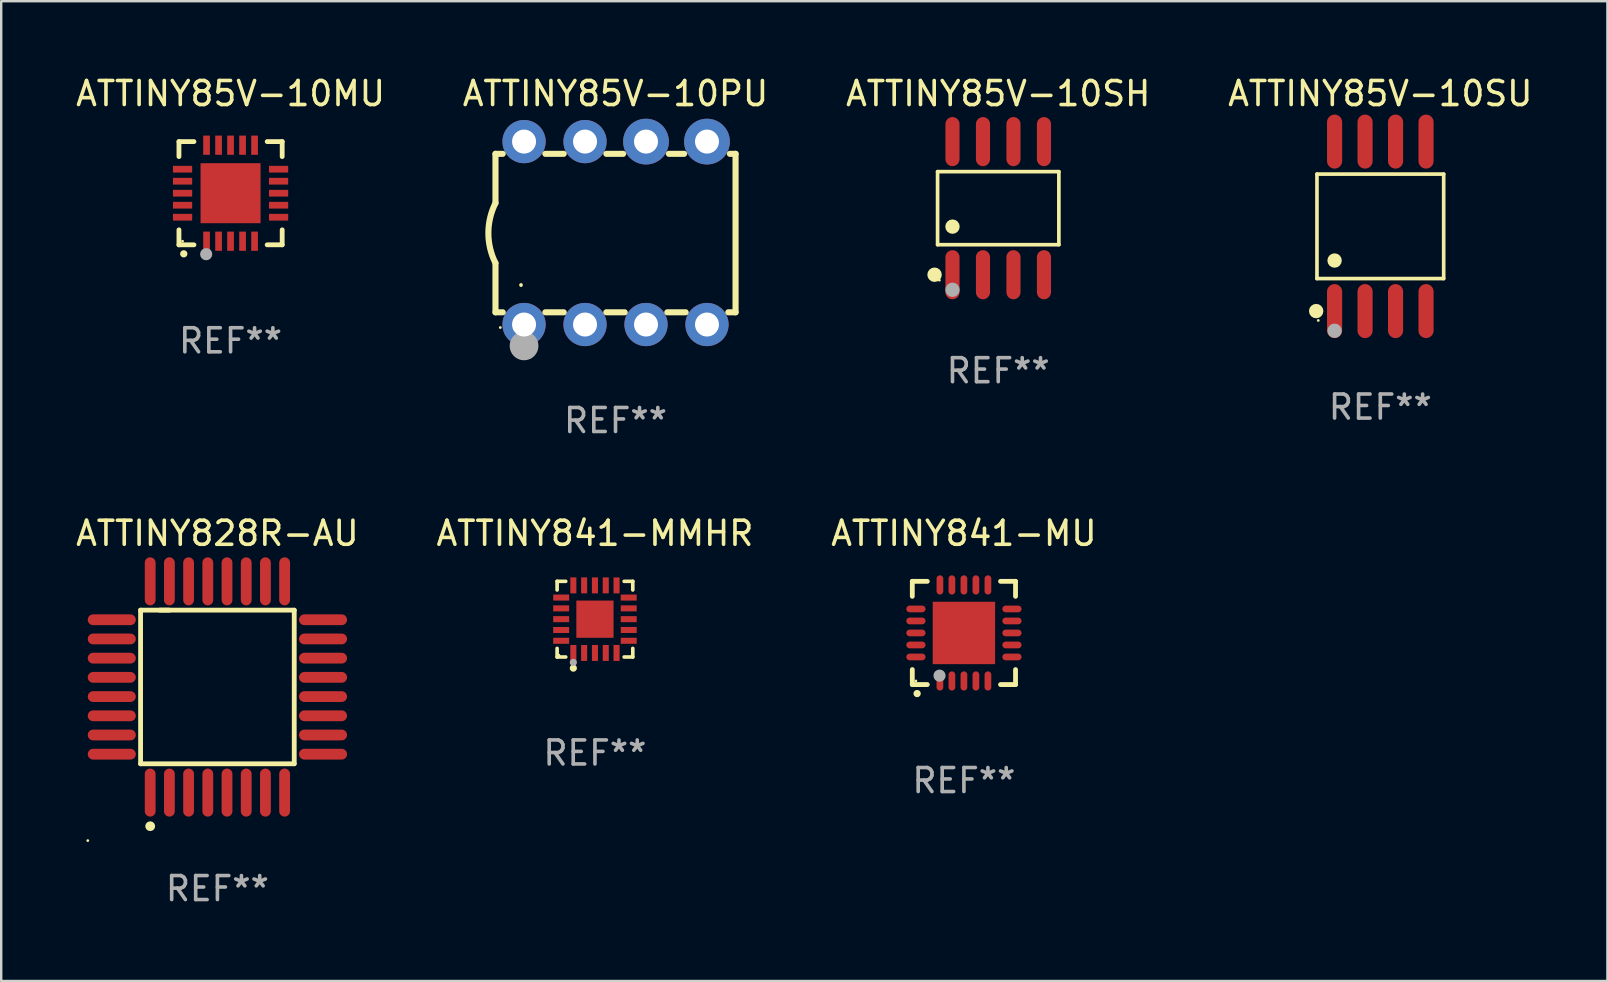
<source format=kicad_pcb>
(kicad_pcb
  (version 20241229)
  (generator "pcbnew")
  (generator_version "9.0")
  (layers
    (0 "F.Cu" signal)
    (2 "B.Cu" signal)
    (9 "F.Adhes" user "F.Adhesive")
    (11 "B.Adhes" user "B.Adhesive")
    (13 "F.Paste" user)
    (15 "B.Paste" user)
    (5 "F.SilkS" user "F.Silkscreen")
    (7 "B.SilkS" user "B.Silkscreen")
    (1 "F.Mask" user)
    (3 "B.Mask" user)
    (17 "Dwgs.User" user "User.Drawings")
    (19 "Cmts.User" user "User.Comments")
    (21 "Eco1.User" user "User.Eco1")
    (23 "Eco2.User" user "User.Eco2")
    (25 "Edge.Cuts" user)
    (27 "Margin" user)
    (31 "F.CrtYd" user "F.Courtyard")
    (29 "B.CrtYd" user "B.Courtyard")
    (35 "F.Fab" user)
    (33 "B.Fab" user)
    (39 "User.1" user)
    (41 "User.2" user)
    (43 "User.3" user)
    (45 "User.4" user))
  (footprint "ATTINY85V-10SH"
    (layer "F.Cu")
    (at 38.53 5.621)
    (property "Reference" "ATTINY85V-10SH" (at 0 -4.772 0) (layer "F.SilkS") (effects (font (size 1 1) (thickness 0.15))))
    (attr through_hole)
    (fp_line (start -2.526 -1.521) (end 2.526 -1.521) (stroke (width 0.152) (type solid)) (layer "F.SilkS"))
    (fp_line (start -2.526 1.521) (end -2.526 -1.521) (stroke (width 0.152) (type solid)) (layer "F.SilkS"))
    (fp_line (start 2.526 -1.521) (end 2.526 1.521) (stroke (width 0.152) (type solid)) (layer "F.SilkS"))
    (fp_line (start 2.526 1.521) (end -2.526 1.521) (stroke (width 0.152) (type solid)) (layer "F.SilkS"))
    (fp_circle (center -2.652 2.772) (end -2.501 2.772) (stroke (width 0.3) (type solid)) (fill no) (layer "F.SilkS"))
    (fp_circle (center -2.45 3) (end -2.42 3) (stroke (width 0.06) (type solid)) (fill no) (layer "F.SilkS"))
    (fp_circle (center -1.905 0.769) (end -1.755 0.769) (stroke (width 0.3) (type solid)) (fill no) (layer "F.SilkS"))
    (fp_circle (center -1.905 3.4) (end -1.755 3.4) (stroke (width 0.3) (type solid)) (fill no) (layer "F.Fab"))
    (fp_text user "REF**" (at 0 6.772 0) (layer "F.Fab") (effects (font (size 1 1) (thickness 0.15))))
    (pad "1" smd oval (at -1.905 2.772) (size 0.588 2.045) (layers "F.Cu" "F.Mask" "F.Paste"))
    (pad "2" smd oval (at -0.635 2.772) (size 0.588 2.045) (layers "F.Cu" "F.Mask" "F.Paste"))
    (pad "3" smd oval (at 0.635 2.772) (size 0.588 2.045) (layers "F.Cu" "F.Mask" "F.Paste"))
    (pad "4" smd oval (at 1.905 2.772) (size 0.588 2.045) (layers "F.Cu" "F.Mask" "F.Paste"))
    (pad "5" smd oval (at 1.905 -2.772) (size 0.588 2.045) (layers "F.Cu" "F.Mask" "F.Paste"))
    (pad "6" smd oval (at 0.635 -2.772) (size 0.588 2.045) (layers "F.Cu" "F.Mask" "F.Paste"))
    (pad "7" smd oval (at -0.635 -2.772) (size 0.588 2.045) (layers "F.Cu" "F.Mask" "F.Paste"))
    (pad "8" smd oval (at -1.905 -2.772) (size 0.588 2.045) (layers "F.Cu" "F.Mask" "F.Paste")))
  (footprint "ATTINY85V-10MU"
    (layer "F.Cu")
    (at 6.554 4.998)
    (property "Reference" "ATTINY85V-10MU" (at 0 -4.15 0) (layer "F.SilkS") (effects (font (size 1 1) (thickness 0.15))))
    (attr through_hole)
    (fp_line (start -2.15 -2.15) (end -2.15 -1.525) (stroke (width 0.2) (type solid)) (layer "F.SilkS"))
    (fp_line (start -2.15 2.15) (end -2.15 1.525) (stroke (width 0.2) (type solid)) (layer "F.SilkS"))
    (fp_line (start -1.525 -2.15) (end -2.15 -2.15) (stroke (width 0.2) (type solid)) (layer "F.SilkS"))
    (fp_line (start -1.525 2.15) (end -2.15 2.15) (stroke (width 0.2) (type solid)) (layer "F.SilkS"))
    (fp_line (start 1.525 2.15) (end 2.15 2.15) (stroke (width 0.2) (type solid)) (layer "F.SilkS"))
    (fp_line (start 2.15 -2.15) (end 1.525 -2.15) (stroke (width 0.2) (type solid)) (layer "F.SilkS"))
    (fp_line (start 2.15 -1.525) (end 2.15 -2.15) (stroke (width 0.2) (type solid)) (layer "F.SilkS"))
    (fp_line (start 2.15 2.15) (end 2.15 1.525) (stroke (width 0.2) (type solid)) (layer "F.SilkS"))
    (fp_arc (start -1.950724 2.524765) (mid -1.949454 2.52476) (end -1.948184 2.524765) (stroke (width 0.3) (type solid)) (layer "F.SilkS"))
    (fp_circle (center -2 2) (end -1.97 2) (stroke (width 0.06) (type solid)) (fill no) (layer "F.SilkS"))
    (fp_circle (center -1.016 2.54) (end -0.889 2.54) (stroke (width 0.254) (type solid)) (fill no) (layer "F.Fab"))
    (fp_text user "REF**" (at 0 6.15 0) (layer "F.Fab") (effects (font (size 1 1) (thickness 0.15))))
    (pad "1" smd rect (at -1 2) (size 0.28 0.8) (layers "F.Cu" "F.Mask" "F.Paste"))
    (pad "2" smd rect (at -0.5 2) (size 0.28 0.8) (layers "F.Cu" "F.Mask" "F.Paste"))
    (pad "3" smd rect (at 0 2) (size 0.28 0.8) (layers "F.Cu" "F.Mask" "F.Paste"))
    (pad "4" smd rect (at 0.5 2) (size 0.28 0.8) (layers "F.Cu" "F.Mask" "F.Paste"))
    (pad "5" smd rect (at 1 2) (size 0.28 0.8) (layers "F.Cu" "F.Mask" "F.Paste"))
    (pad "6" smd rect (at 2 1) (size 0.8 0.28) (layers "F.Cu" "F.Mask" "F.Paste"))
    (pad "7" smd rect (at 2 0.5) (size 0.8 0.28) (layers "F.Cu" "F.Mask" "F.Paste"))
    (pad "8" smd rect (at 2 0) (size 0.8 0.28) (layers "F.Cu" "F.Mask" "F.Paste"))
    (pad "9" smd rect (at 2 -0.5) (size 0.8 0.28) (layers "F.Cu" "F.Mask" "F.Paste"))
    (pad "10" smd rect (at 2 -1) (size 0.8 0.28) (layers "F.Cu" "F.Mask" "F.Paste"))
    (pad "11" smd rect (at 1 -2) (size 0.28 0.8) (layers "F.Cu" "F.Mask" "F.Paste"))
    (pad "12" smd rect (at 0.5 -2) (size 0.28 0.8) (layers "F.Cu" "F.Mask" "F.Paste"))
    (pad "13" smd rect (at 0 -2) (size 0.28 0.8) (layers "F.Cu" "F.Mask" "F.Paste"))
    (pad "14" smd rect (at -0.5 -2) (size 0.28 0.8) (layers "F.Cu" "F.Mask" "F.Paste"))
    (pad "15" smd rect (at -1 -2) (size 0.28 0.8) (layers "F.Cu" "F.Mask" "F.Paste"))
    (pad "16" smd rect (at -2 -1) (size 0.8 0.28) (layers "F.Cu" "F.Mask" "F.Paste"))
    (pad "17" smd rect (at -2 -0.5) (size 0.8 0.28) (layers "F.Cu" "F.Mask" "F.Paste"))
    (pad "18" smd rect (at -2 0) (size 0.8 0.28) (layers "F.Cu" "F.Mask" "F.Paste"))
    (pad "19" smd rect (at -2 0.5) (size 0.8 0.28) (layers "F.Cu" "F.Mask" "F.Paste"))
    (pad "20" smd rect (at -2 1) (size 0.8 0.28) (layers "F.Cu" "F.Mask" "F.Paste"))
    (pad "21" smd rect (at 0 0) (size 2.5 2.5) (layers "F.Cu" "F.Mask" "F.Paste")))
  (footprint "ATTINY85V-10PU"
    (layer "F.Cu")
    (at 22.589 6.658)
    (property "Reference" "ATTINY85V-10PU" (at 0 -5.81 0) (layer "F.SilkS") (effects (font (size 1 1) (thickness 0.15))))
    (attr through_hole)
    (fp_line (start -5 -3.3) (end -5 -1.25) (stroke (width 0.254) (type solid)) (layer "F.SilkS"))
    (fp_line (start -5 -3.3) (end -4.698 -3.3) (stroke (width 0.254) (type solid)) (layer "F.SilkS"))
    (fp_line (start -5 3.3) (end -5 1.25) (stroke (width 0.254) (type solid)) (layer "F.SilkS"))
    (fp_line (start -5 3.3) (end -4.698 3.3) (stroke (width 0.254) (type solid)) (layer "F.SilkS"))
    (fp_line (start -2.922 -3.3) (end -2.158 -3.3) (stroke (width 0.254) (type solid)) (layer "F.SilkS"))
    (fp_line (start -2.922 3.3) (end -2.158 3.3) (stroke (width 0.254) (type solid)) (layer "F.SilkS"))
    (fp_line (start -0.382 -3.3) (end 0.316 -3.3) (stroke (width 0.254) (type solid)) (layer "F.SilkS"))
    (fp_line (start -0.382 3.3) (end 0.382 3.3) (stroke (width 0.254) (type solid)) (layer "F.SilkS"))
    (fp_line (start 2.158 3.3) (end 2.922 3.3) (stroke (width 0.254) (type solid)) (layer "F.SilkS"))
    (fp_line (start 2.224 -3.3) (end 2.856 -3.3) (stroke (width 0.254) (type solid)) (layer "F.SilkS"))
    (fp_line (start 4.698 3.3) (end 5 3.3) (stroke (width 0.254) (type solid)) (layer "F.SilkS"))
    (fp_line (start 4.764 -3.3) (end 5 -3.3) (stroke (width 0.254) (type solid)) (layer "F.SilkS"))
    (fp_line (start 5 -3.3) (end 5 3.3) (stroke (width 0.254) (type solid)) (layer "F.SilkS"))
    (fp_arc (start -5.00127 1.249682) (mid -5.295892 -0.000313) (end -5.000025 -1.250013) (stroke (width 0.254001) (type solid)) (layer "F.SilkS"))
    (fp_arc (start -3.937262 2.170256) (mid -3.937197 2.164629) (end -3.937008 2.159004) (stroke (width 0.149987) (type solid)) (layer "F.SilkS"))
    (fp_circle (center -4.8 3.935) (end -4.77 3.935) (stroke (width 0.06) (type solid)) (fill no) (layer "F.SilkS"))
    (fp_circle (center -3.81 4.699) (end -3.51 4.699) (stroke (width 0.6) (type solid)) (fill no) (layer "F.Fab"))
    (fp_text user "REF**" (at 0 7.81 0) (layer "F.Fab") (effects (font (size 1 1) (thickness 0.15))))
    (pad "1" thru_hole circle (at -3.81 3.81) (size 1.8 1.8) (drill 1) (layers "*.Cu" "*.Mask"))
    (pad "2" thru_hole circle (at -1.27 3.81) (size 1.8 1.8) (drill 1) (layers "*.Cu" "*.Mask"))
    (pad "3" thru_hole circle (at 1.27 3.81) (size 1.8 1.8) (drill 1) (layers "*.Cu" "*.Mask"))
    (pad "4" thru_hole circle (at 3.81 3.81) (size 1.8 1.8) (drill 1) (layers "*.Cu" "*.Mask"))
    (pad "5" thru_hole circle (at 3.81 -3.81) (size 1.905 1.905) (drill 1) (layers "*.Cu" "*.Mask"))
    (pad "6" thru_hole circle (at 1.27 -3.81) (size 1.905 1.905) (drill 1) (layers "*.Cu" "*.Mask"))
    (pad "7" thru_hole circle (at -1.27 -3.81) (size 1.8 1.8) (drill 1) (layers "*.Cu" "*.Mask"))
    (pad "8" thru_hole circle (at -3.81 -3.81) (size 1.8 1.8) (drill 1) (layers "*.Cu" "*.Mask")))
  (footprint "ATTINY841-MU"
    (layer "F.Cu")
    (at 37.101 23.315)
    (property "Reference" "ATTINY841-MU" (at 0 -4.15 0) (layer "F.SilkS") (effects (font (size 1 1) (thickness 0.15))))
    (attr through_hole)
    (fp_line (start -2.15 -2.15) (end -2.15 -1.525) (stroke (width 0.2) (type solid)) (layer "F.SilkS"))
    (fp_line (start -2.15 2.15) (end -2.15 1.525) (stroke (width 0.2) (type solid)) (layer "F.SilkS"))
    (fp_line (start -1.525 -2.15) (end -2.15 -2.15) (stroke (width 0.2) (type solid)) (layer "F.SilkS"))
    (fp_line (start -1.525 2.15) (end -2.15 2.15) (stroke (width 0.2) (type solid)) (layer "F.SilkS"))
    (fp_line (start 1.525 2.15) (end 2.15 2.15) (stroke (width 0.2) (type solid)) (layer "F.SilkS"))
    (fp_line (start 2.15 -2.15) (end 1.525 -2.15) (stroke (width 0.2) (type solid)) (layer "F.SilkS"))
    (fp_line (start 2.15 -1.525) (end 2.15 -2.15) (stroke (width 0.2) (type solid)) (layer "F.SilkS"))
    (fp_line (start 2.15 2.15) (end 2.15 1.525) (stroke (width 0.2) (type solid)) (layer "F.SilkS"))
    (fp_arc (start -1.950724 2.524765) (mid -1.949454 2.52476) (end -1.948184 2.524765) (stroke (width 0.3) (type solid)) (layer "F.SilkS"))
    (fp_circle (center -2 2) (end -1.97 2) (stroke (width 0.06) (type solid)) (fill no) (layer "F.SilkS"))
    (fp_circle (center -1.016 1.778) (end -0.889 1.778) (stroke (width 0.254) (type solid)) (fill no) (layer "F.Fab"))
    (fp_text user "REF**" (at 0 6.15 0) (layer "F.Fab") (effects (font (size 1 1) (thickness 0.15))))
    (pad "1" smd oval (at -1 2) (size 0.28 0.8) (layers "F.Cu" "F.Mask" "F.Paste"))
    (pad "2" smd oval (at -0.5 2) (size 0.28 0.8) (layers "F.Cu" "F.Mask" "F.Paste"))
    (pad "3" smd oval (at 0 2) (size 0.28 0.8) (layers "F.Cu" "F.Mask" "F.Paste"))
    (pad "4" smd oval (at 0.5 2) (size 0.28 0.8) (layers "F.Cu" "F.Mask" "F.Paste"))
    (pad "5" smd oval (at 1 2) (size 0.28 0.8) (layers "F.Cu" "F.Mask" "F.Paste"))
    (pad "6" smd oval (at 2 1) (size 0.8 0.28) (layers "F.Cu" "F.Mask" "F.Paste"))
    (pad "7" smd oval (at 2 0.5) (size 0.8 0.28) (layers "F.Cu" "F.Mask" "F.Paste"))
    (pad "8" smd oval (at 2 0) (size 0.8 0.28) (layers "F.Cu" "F.Mask" "F.Paste"))
    (pad "9" smd oval (at 2 -0.5) (size 0.8 0.28) (layers "F.Cu" "F.Mask" "F.Paste"))
    (pad "10" smd oval (at 2 -1) (size 0.8 0.28) (layers "F.Cu" "F.Mask" "F.Paste"))
    (pad "11" smd oval (at 1 -2) (size 0.28 0.8) (layers "F.Cu" "F.Mask" "F.Paste"))
    (pad "12" smd oval (at 0.5 -2) (size 0.28 0.8) (layers "F.Cu" "F.Mask" "F.Paste"))
    (pad "13" smd oval (at 0 -2) (size 0.28 0.8) (layers "F.Cu" "F.Mask" "F.Paste"))
    (pad "14" smd oval (at -0.5 -2) (size 0.28 0.8) (layers "F.Cu" "F.Mask" "F.Paste"))
    (pad "15" smd oval (at -1 -2) (size 0.28 0.8) (layers "F.Cu" "F.Mask" "F.Paste"))
    (pad "16" smd oval (at -2 -1) (size 0.8 0.28) (layers "F.Cu" "F.Mask" "F.Paste"))
    (pad "17" smd oval (at -2 -0.5) (size 0.8 0.28) (layers "F.Cu" "F.Mask" "F.Paste"))
    (pad "18" smd oval (at -2 0) (size 0.8 0.28) (layers "F.Cu" "F.Mask" "F.Paste"))
    (pad "19" smd oval (at -2 0.5) (size 0.8 0.28) (layers "F.Cu" "F.Mask" "F.Paste"))
    (pad "20" smd oval (at -2 1) (size 0.8 0.28) (layers "F.Cu" "F.Mask" "F.Paste"))
    (pad "21" smd rect (at 0 0) (size 2.6 2.6) (layers "F.Cu" "F.Mask" "F.Paste")))
  (footprint "ATTINY828R-AU"
    (layer "F.Cu")
    (at 6.006 25.565)
    (property "Reference" "ATTINY828R-AU" (at 0 -6.4 0) (layer "F.SilkS") (effects (font (size 1 1) (thickness 0.15))))
    (attr through_hole)
    (fp_line (start -3.2 -3.2) (end -3.2 3.2) (stroke (width 0.2) (type solid)) (layer "F.SilkS"))
    (fp_line (start -3.2 3.2) (end 3.2 3.2) (stroke (width 0.2) (type solid)) (layer "F.SilkS"))
    (fp_line (start -2 -3.2) (end -3.2 -3.2) (stroke (width 0.2) (type solid)) (layer "F.SilkS"))
    (fp_line (start 3.2 -3.2) (end -2.4 -3.2) (stroke (width 0.2) (type solid)) (layer "F.SilkS"))
    (fp_line (start 3.2 3.2) (end 3.2 -3.2) (stroke (width 0.2) (type solid)) (layer "F.SilkS"))
    (fp_arc (start -2.802464 5.799873) (mid -2.799924 5.799857) (end -2.797384 5.799873) (stroke (width 0.4) (type solid)) (layer "F.SilkS"))
    (fp_circle (center -5.4 6.4) (end -5.37 6.4) (stroke (width 0.06) (type solid)) (fill no) (layer "F.SilkS"))
    (fp_text user "REF**" (at 0 8.4 0) (layer "F.Fab") (effects (font (size 1 1) (thickness 0.15))))
    (pad "1" smd oval (at -2.8 4.4 90) (size 2 0.45) (layers "F.Cu" "F.Mask" "F.Paste"))
    (pad "2" smd oval (at -2 4.4 90) (size 2 0.45) (layers "F.Cu" "F.Mask" "F.Paste"))
    (pad "3" smd oval (at -1.2 4.4 90) (size 2 0.45) (layers "F.Cu" "F.Mask" "F.Paste"))
    (pad "4" smd oval (at -0.4 4.4 90) (size 2 0.45) (layers "F.Cu" "F.Mask" "F.Paste"))
    (pad "5" smd oval (at 0.4 4.4 90) (size 2 0.45) (layers "F.Cu" "F.Mask" "F.Paste"))
    (pad "6" smd oval (at 1.2 4.4 90) (size 2 0.45) (layers "F.Cu" "F.Mask" "F.Paste"))
    (pad "7" smd oval (at 2 4.4 90) (size 2 0.45) (layers "F.Cu" "F.Mask" "F.Paste"))
    (pad "8" smd oval (at 2.8 4.4 90) (size 2 0.45) (layers "F.Cu" "F.Mask" "F.Paste"))
    (pad "9" smd oval (at 4.4 2.8 180) (size 2 0.45) (layers "F.Cu" "F.Mask" "F.Paste"))
    (pad "10" smd oval (at 4.4 2 180) (size 2 0.45) (layers "F.Cu" "F.Mask" "F.Paste"))
    (pad "11" smd oval (at 4.4 1.2 180) (size 2 0.45) (layers "F.Cu" "F.Mask" "F.Paste"))
    (pad "12" smd oval (at 4.4 0.4 180) (size 2 0.45) (layers "F.Cu" "F.Mask" "F.Paste"))
    (pad "13" smd oval (at 4.4 -0.4 180) (size 2 0.45) (layers "F.Cu" "F.Mask" "F.Paste"))
    (pad "14" smd oval (at 4.4 -1.2 180) (size 2 0.45) (layers "F.Cu" "F.Mask" "F.Paste"))
    (pad "15" smd oval (at 4.4 -2 180) (size 2 0.45) (layers "F.Cu" "F.Mask" "F.Paste"))
    (pad "16" smd oval (at 4.4 -2.8 180) (size 2 0.45) (layers "F.Cu" "F.Mask" "F.Paste"))
    (pad "17" smd oval (at 2.8 -4.4 270) (size 2 0.45) (layers "F.Cu" "F.Mask" "F.Paste"))
    (pad "18" smd oval (at 2 -4.4 270) (size 2 0.45) (layers "F.Cu" "F.Mask" "F.Paste"))
    (pad "19" smd oval (at 1.2 -4.4 270) (size 2 0.45) (layers "F.Cu" "F.Mask" "F.Paste"))
    (pad "20" smd oval (at 0.4 -4.4 270) (size 2 0.45) (layers "F.Cu" "F.Mask" "F.Paste"))
    (pad "21" smd oval (at -0.4 -4.4 270) (size 2 0.45) (layers "F.Cu" "F.Mask" "F.Paste"))
    (pad "22" smd oval (at -1.2 -4.4 270) (size 2 0.45) (layers "F.Cu" "F.Mask" "F.Paste"))
    (pad "23" smd oval (at -2 -4.4 270) (size 2 0.45) (layers "F.Cu" "F.Mask" "F.Paste"))
    (pad "24" smd oval (at -2.8 -4.4 270) (size 2 0.45) (layers "F.Cu" "F.Mask" "F.Paste"))
    (pad "25" smd oval (at -4.4 -2.8) (size 2 0.45) (layers "F.Cu" "F.Mask" "F.Paste"))
    (pad "26" smd oval (at -4.4 -2) (size 2 0.45) (layers "F.Cu" "F.Mask" "F.Paste"))
    (pad "27" smd oval (at -4.4 -1.2) (size 2 0.45) (layers "F.Cu" "F.Mask" "F.Paste"))
    (pad "28" smd oval (at -4.4 -0.4) (size 2 0.45) (layers "F.Cu" "F.Mask" "F.Paste"))
    (pad "29" smd oval (at -4.4 0.4) (size 2 0.45) (layers "F.Cu" "F.Mask" "F.Paste"))
    (pad "30" smd oval (at -4.4 1.2) (size 2 0.45) (layers "F.Cu" "F.Mask" "F.Paste"))
    (pad "31" smd oval (at -4.4 2) (size 2 0.45) (layers "F.Cu" "F.Mask" "F.Paste"))
    (pad "32" smd oval (at -4.4 2.8) (size 2 0.45) (layers "F.Cu" "F.Mask" "F.Paste")))
  (footprint "ATTINY85V-10SU"
    (layer "F.Cu")
    (at 54.446 6.378)
    (property "Reference" "ATTINY85V-10SU" (at 0 -5.53 0) (layer "F.SilkS") (effects (font (size 1 1) (thickness 0.15))))
    (attr through_hole)
    (fp_line (start -2.639 -2.176) (end 2.639 -2.176) (stroke (width 0.152) (type solid)) (layer "F.SilkS"))
    (fp_line (start -2.639 2.176) (end -2.639 -2.176) (stroke (width 0.152) (type solid)) (layer "F.SilkS"))
    (fp_line (start 2.639 -2.176) (end 2.639 2.176) (stroke (width 0.152) (type solid)) (layer "F.SilkS"))
    (fp_line (start 2.639 2.176) (end -2.639 2.176) (stroke (width 0.152) (type solid)) (layer "F.SilkS"))
    (fp_circle (center -2.672 3.53) (end -2.522 3.53) (stroke (width 0.3) (type solid)) (fill no) (layer "F.SilkS"))
    (fp_circle (center -2.585 3.92) (end -2.555 3.92) (stroke (width 0.06) (type solid)) (fill no) (layer "F.SilkS"))
    (fp_circle (center -1.905 1.424) (end -1.755 1.424) (stroke (width 0.3) (type solid)) (fill no) (layer "F.SilkS"))
    (fp_circle (center -1.905 4.35) (end -1.755 4.35) (stroke (width 0.3) (type solid)) (fill no) (layer "F.Fab"))
    (fp_text user "REF**" (at 0 7.53 0) (layer "F.Fab") (effects (font (size 1 1) (thickness 0.15))))
    (pad "1" smd oval (at -1.905 3.53) (size 0.63 2.25) (layers "F.Cu" "F.Mask" "F.Paste"))
    (pad "2" smd oval (at -0.635 3.53) (size 0.63 2.25) (layers "F.Cu" "F.Mask" "F.Paste"))
    (pad "3" smd oval (at 0.635 3.53) (size 0.63 2.25) (layers "F.Cu" "F.Mask" "F.Paste"))
    (pad "4" smd oval (at 1.905 3.53) (size 0.63 2.25) (layers "F.Cu" "F.Mask" "F.Paste"))
    (pad "5" smd oval (at 1.905 -3.53) (size 0.63 2.25) (layers "F.Cu" "F.Mask" "F.Paste"))
    (pad "6" smd oval (at 0.635 -3.53) (size 0.63 2.25) (layers "F.Cu" "F.Mask" "F.Paste"))
    (pad "7" smd oval (at -0.635 -3.53) (size 0.63 2.25) (layers "F.Cu" "F.Mask" "F.Paste"))
    (pad "8" smd oval (at -1.905 -3.53) (size 0.63 2.25) (layers "F.Cu" "F.Mask" "F.Paste")))
  (footprint "ATTINY841-MMHR"
    (layer "F.Cu")
    (at 21.732 22.741)
    (property "Reference" "ATTINY841-MMHR" (at 0 -3.576 0) (layer "F.SilkS") (effects (font (size 1 1) (thickness 0.15))))
    (attr through_hole)
    (fp_line (start -1.576 -1.576) (end -1.217 -1.576) (stroke (width 0.152) (type solid)) (layer "F.SilkS"))
    (fp_line (start -1.576 -1.217) (end -1.576 -1.576) (stroke (width 0.152) (type solid)) (layer "F.SilkS"))
    (fp_line (start -1.576 1.217) (end -1.576 1.576) (stroke (width 0.152) (type solid)) (layer "F.SilkS"))
    (fp_line (start -1.576 1.576) (end -1.217 1.576) (stroke (width 0.152) (type solid)) (layer "F.SilkS"))
    (fp_line (start 1.576 -1.576) (end 1.217 -1.576) (stroke (width 0.152) (type solid)) (layer "F.SilkS"))
    (fp_line (start 1.576 -1.217) (end 1.576 -1.576) (stroke (width 0.152) (type solid)) (layer "F.SilkS"))
    (fp_line (start 1.576 1.217) (end 1.576 1.576) (stroke (width 0.152) (type solid)) (layer "F.SilkS"))
    (fp_line (start 1.576 1.576) (end 1.217 1.576) (stroke (width 0.152) (type solid)) (layer "F.SilkS"))
    (fp_circle (center -1.5 1.5) (end -1.47 1.5) (stroke (width 0.06) (type solid)) (fill no) (layer "F.SilkS"))
    (fp_circle (center -0.9 2.04) (end -0.825 2.04) (stroke (width 0.15) (type solid)) (fill no) (layer "F.SilkS"))
    (fp_circle (center -0.9 1.8) (end -0.825 1.8) (stroke (width 0.15) (type solid)) (fill no) (layer "F.Fab"))
    (fp_text user "REF**" (at 0 5.576 0) (layer "F.Fab") (effects (font (size 1 1) (thickness 0.15))))
    (pad "1" smd rect (at -0.9 1.407 90) (size 0.665 0.252) (layers "F.Cu" "F.Mask" "F.Paste"))
    (pad "2" smd rect (at -0.45 1.407 90) (size 0.665 0.252) (layers "F.Cu" "F.Mask" "F.Paste"))
    (pad "3" smd rect (at 0 1.407 90) (size 0.665 0.252) (layers "F.Cu" "F.Mask" "F.Paste"))
    (pad "4" smd rect (at 0.45 1.407 90) (size 0.665 0.252) (layers "F.Cu" "F.Mask" "F.Paste"))
    (pad "5" smd rect (at 0.9 1.407 90) (size 0.665 0.252) (layers "F.Cu" "F.Mask" "F.Paste"))
    (pad "6" smd rect (at 1.407 0.9 90) (size 0.252 0.665) (layers "F.Cu" "F.Mask" "F.Paste"))
    (pad "7" smd rect (at 1.407 0.45 90) (size 0.252 0.665) (layers "F.Cu" "F.Mask" "F.Paste"))
    (pad "8" smd rect (at 1.407 0 90) (size 0.252 0.665) (layers "F.Cu" "F.Mask" "F.Paste"))
    (pad "9" smd rect (at 1.407 -0.45 90) (size 0.252 0.665) (layers "F.Cu" "F.Mask" "F.Paste"))
    (pad "10" smd rect (at 1.407 -0.9 90) (size 0.252 0.665) (layers "F.Cu" "F.Mask" "F.Paste"))
    (pad "11" smd rect (at 0.9 -1.407 90) (size 0.665 0.252) (layers "F.Cu" "F.Mask" "F.Paste"))
    (pad "12" smd rect (at 0.45 -1.407 90) (size 0.665 0.252) (layers "F.Cu" "F.Mask" "F.Paste"))
    (pad "13" smd rect (at 0 -1.407 90) (size 0.665 0.252) (layers "F.Cu" "F.Mask" "F.Paste"))
    (pad "14" smd rect (at -0.45 -1.407 90) (size 0.665 0.252) (layers "F.Cu" "F.Mask" "F.Paste"))
    (pad "15" smd rect (at -0.9 -1.407 90) (size 0.665 0.252) (layers "F.Cu" "F.Mask" "F.Paste"))
    (pad "16" smd rect (at -1.407 -0.9 90) (size 0.252 0.665) (layers "F.Cu" "F.Mask" "F.Paste"))
    (pad "17" smd rect (at -1.407 -0.45 90) (size 0.252 0.665) (layers "F.Cu" "F.Mask" "F.Paste"))
    (pad "18" smd rect (at -1.407 0 90) (size 0.252 0.665) (layers "F.Cu" "F.Mask" "F.Paste"))
    (pad "19" smd rect (at -1.407 0.45 90) (size 0.252 0.665) (layers "F.Cu" "F.Mask" "F.Paste"))
    (pad "20" smd rect (at -1.407 0.9 90) (size 0.252 0.665) (layers "F.Cu" "F.Mask" "F.Paste"))
    (pad "21" smd rect (at 0 0 90) (size 1.55 1.55) (layers "F.Cu" "F.Mask" "F.Paste")))
  (gr_rect
    (start -3 -3)
    (end 63.905 37.813)
    (stroke (width 0.1) (type default))
    (fill no)
    (layer "Edge.Cuts")))
</source>
